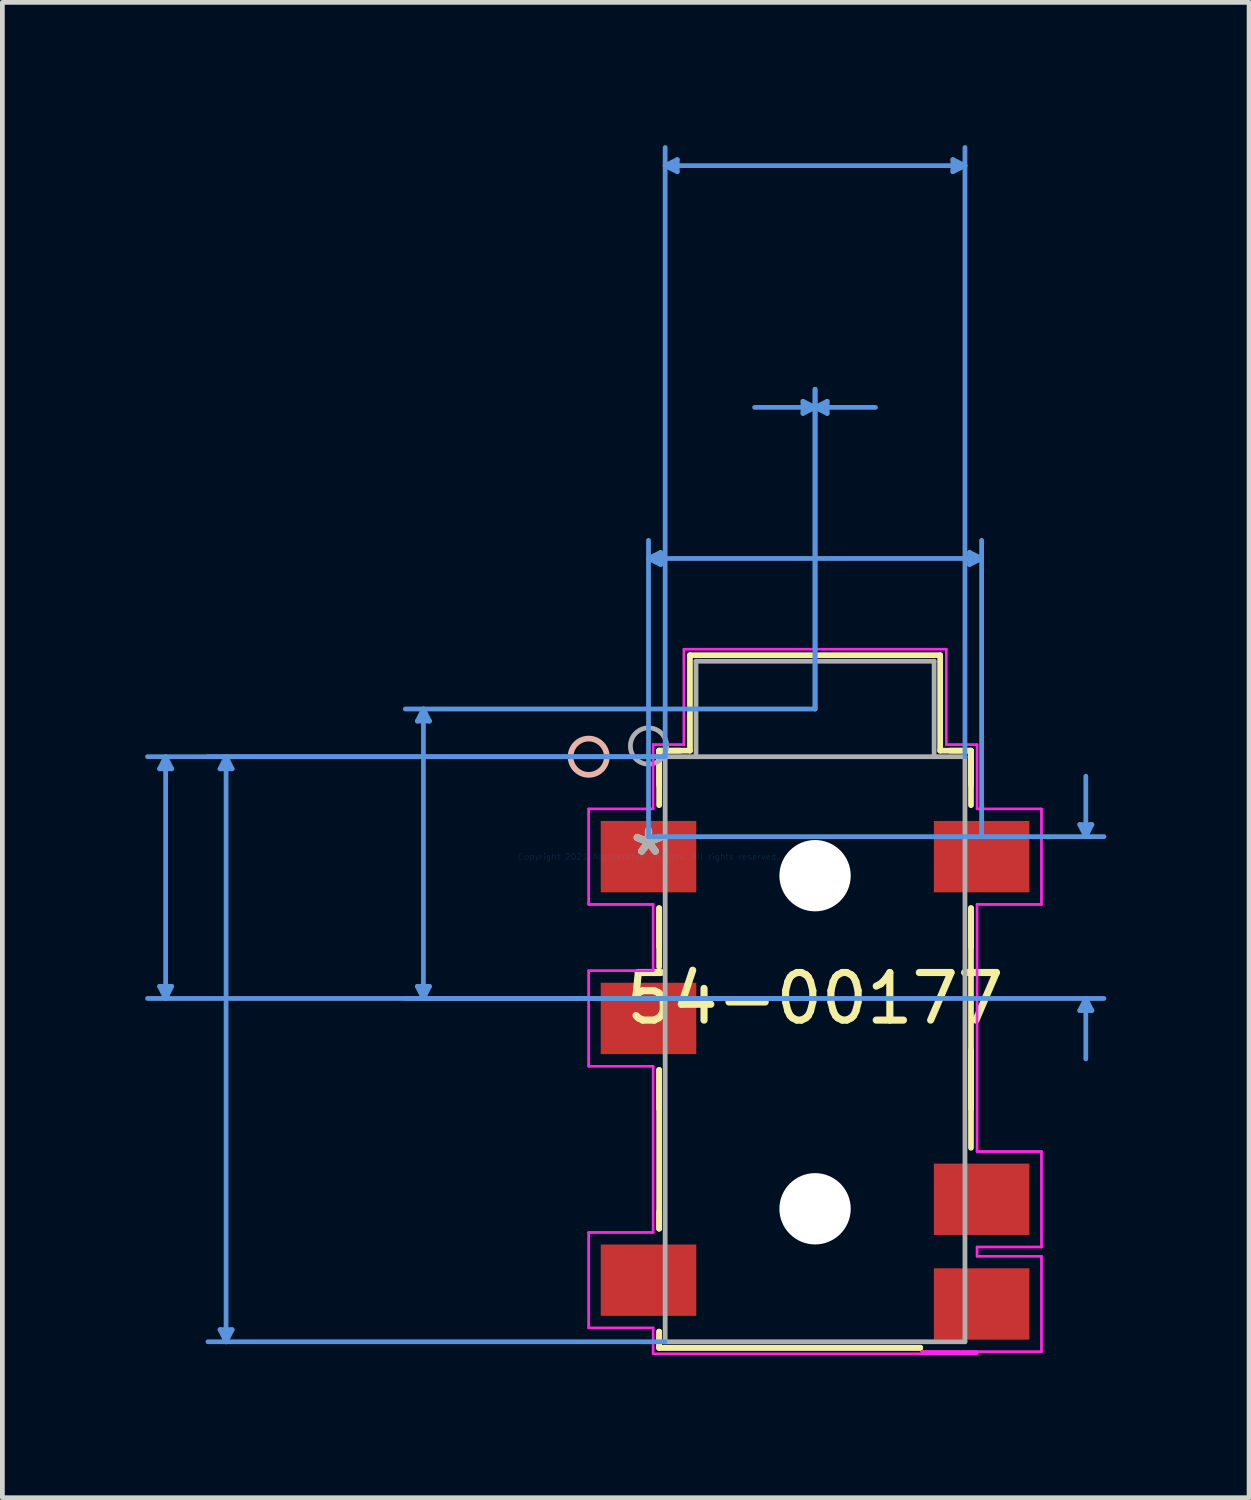
<source format=kicad_pcb>
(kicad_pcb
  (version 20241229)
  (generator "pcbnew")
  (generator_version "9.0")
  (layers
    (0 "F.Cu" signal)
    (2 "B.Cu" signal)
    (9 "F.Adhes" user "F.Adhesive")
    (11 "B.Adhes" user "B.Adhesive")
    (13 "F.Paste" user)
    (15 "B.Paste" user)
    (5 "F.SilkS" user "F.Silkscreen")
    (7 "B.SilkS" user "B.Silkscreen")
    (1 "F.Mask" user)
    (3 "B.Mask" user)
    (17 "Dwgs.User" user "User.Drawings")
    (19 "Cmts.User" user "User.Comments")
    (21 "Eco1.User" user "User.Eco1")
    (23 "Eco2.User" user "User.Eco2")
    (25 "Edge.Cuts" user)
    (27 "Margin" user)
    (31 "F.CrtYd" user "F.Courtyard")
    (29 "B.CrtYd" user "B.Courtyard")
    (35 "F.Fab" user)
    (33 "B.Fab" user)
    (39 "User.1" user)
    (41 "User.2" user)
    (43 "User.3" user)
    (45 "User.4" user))
  (footprint "54-00177"
    (layer "F.Cu")
    (at 10.578 14.952)
    (property "Reference" "54-00177" (at 3.5 2.98 0) (layer "F.SilkS") (effects (font (size 1 1) (thickness 0.15))))
    (attr through_hole)
    (fp_line (start 0.223 -2.227) (end 0.223 -1.502) (stroke (width 0.12) (type solid)) (layer "F.SilkS"))
    (fp_line (start 0.223 -2.227) (end 0.871 -2.227) (stroke (width 0.12) (type solid)) (layer "F.SilkS"))
    (fp_line (start 0.223 -1.082) (end 0.223 -2.227) (stroke (width 0.12) (type solid)) (layer "F.SilkS"))
    (fp_line (start 0.223 1.082) (end 0.223 1.898) (stroke (width 0.12) (type solid)) (layer "F.SilkS"))
    (fp_line (start 0.223 2.318) (end 0.223 1.082) (stroke (width 0.12) (type solid)) (layer "F.SilkS"))
    (fp_line (start 0.223 4.482) (end 0.223 5.298) (stroke (width 0.12) (type solid)) (layer "F.SilkS"))
    (fp_line (start 0.223 7.462) (end 0.223 7.818) (stroke (width 0.12) (type solid)) (layer "F.SilkS"))
    (fp_line (start 0.223 7.818) (end 0.223 4.482) (stroke (width 0.12) (type solid)) (layer "F.SilkS"))
    (fp_line (start 0.223 9.982) (end 0.223 10.321) (stroke (width 0.12) (type solid)) (layer "F.SilkS"))
    (fp_line (start 0.223 10.321) (end 0.223 9.982) (stroke (width 0.12) (type solid)) (layer "F.SilkS"))
    (fp_line (start 0.223 10.321) (end 5.711 10.321) (stroke (width 0.12) (type solid)) (layer "F.SilkS"))
    (fp_line (start 0.665 -2.227) (end 0.223 -2.227) (stroke (width 0.12) (type solid)) (layer "F.SilkS"))
    (fp_line (start 0.871 -4.234) (end 6.129 -4.234) (stroke (width 0.12) (type solid)) (layer "F.SilkS"))
    (fp_line (start 0.871 -2.227) (end 0.871 -4.234) (stroke (width 0.12) (type solid)) (layer "F.SilkS"))
    (fp_line (start 5.711 10.321) (end 0.223 10.321) (stroke (width 0.12) (type solid)) (layer "F.SilkS"))
    (fp_line (start 6.129 -4.234) (end 6.129 -2.227) (stroke (width 0.12) (type solid)) (layer "F.SilkS"))
    (fp_line (start 6.129 -2.227) (end 6.777 -2.227) (stroke (width 0.12) (type solid)) (layer "F.SilkS"))
    (fp_line (start 6.777 -2.227) (end 6.335 -2.227) (stroke (width 0.12) (type solid)) (layer "F.SilkS"))
    (fp_line (start 6.777 -2.227) (end 6.777 -1.082) (stroke (width 0.12) (type solid)) (layer "F.SilkS"))
    (fp_line (start 6.777 -1.502) (end 6.777 -2.227) (stroke (width 0.12) (type solid)) (layer "F.SilkS"))
    (fp_line (start 6.777 1.082) (end 6.777 6.118) (stroke (width 0.12) (type solid)) (layer "F.SilkS"))
    (fp_line (start 6.777 1.898) (end 6.777 1.082) (stroke (width 0.12) (type solid)) (layer "F.SilkS"))
    (fp_line (start 6.777 5.298) (end 6.777 4.062) (stroke (width 0.12) (type solid)) (layer "F.SilkS"))
    (fp_circle (center -1.257 -2.1) (end -0.876 -2.1) (stroke (width 0.12) (type solid)) (fill no) (layer "B.SilkS"))
    (fp_line (start -10.274 -1.846) (end -10.02 -1.846) (stroke (width 0.1) (type solid)) (layer "Cmts.User"))
    (fp_line (start -10.274 2.726) (end -10.02 2.726) (stroke (width 0.1) (type solid)) (layer "Cmts.User"))
    (fp_line (start -10.147 -2.1) (end -10.274 -1.846) (stroke (width 0.1) (type solid)) (layer "Cmts.User"))
    (fp_line (start -10.147 -2.1) (end -10.147 2.98) (stroke (width 0.1) (type solid)) (layer "Cmts.User"))
    (fp_line (start -10.147 -2.1) (end -10.02 -1.846) (stroke (width 0.1) (type solid)) (layer "Cmts.User"))
    (fp_line (start -10.147 2.98) (end -10.274 2.726) (stroke (width 0.1) (type solid)) (layer "Cmts.User"))
    (fp_line (start -10.147 2.98) (end -10.02 2.726) (stroke (width 0.1) (type solid)) (layer "Cmts.User"))
    (fp_line (start -9.004 -1.846) (end -8.75 -1.846) (stroke (width 0.1) (type solid)) (layer "Cmts.User"))
    (fp_line (start -9.004 9.94) (end -8.75 9.94) (stroke (width 0.1) (type solid)) (layer "Cmts.User"))
    (fp_line (start -8.877 -2.1) (end -9.004 -1.846) (stroke (width 0.1) (type solid)) (layer "Cmts.User"))
    (fp_line (start -8.877 -2.1) (end -8.877 10.194) (stroke (width 0.1) (type solid)) (layer "Cmts.User"))
    (fp_line (start -8.877 -2.1) (end -8.75 -1.846) (stroke (width 0.1) (type solid)) (layer "Cmts.User"))
    (fp_line (start -8.877 10.194) (end -9.004 9.94) (stroke (width 0.1) (type solid)) (layer "Cmts.User"))
    (fp_line (start -8.877 10.194) (end -8.75 9.94) (stroke (width 0.1) (type solid)) (layer "Cmts.User"))
    (fp_line (start -4.857 -2.849) (end -4.603 -2.849) (stroke (width 0.1) (type solid)) (layer "Cmts.User"))
    (fp_line (start -4.857 2.726) (end -4.603 2.726) (stroke (width 0.1) (type solid)) (layer "Cmts.User"))
    (fp_line (start -4.73 -3.103) (end -4.857 -2.849) (stroke (width 0.1) (type solid)) (layer "Cmts.User"))
    (fp_line (start -4.73 -3.103) (end -4.73 2.98) (stroke (width 0.1) (type solid)) (layer "Cmts.User"))
    (fp_line (start -4.73 -3.103) (end -4.603 -2.849) (stroke (width 0.1) (type solid)) (layer "Cmts.User"))
    (fp_line (start -4.73 2.98) (end -4.857 2.726) (stroke (width 0.1) (type solid)) (layer "Cmts.User"))
    (fp_line (start -4.73 2.98) (end -4.603 2.726) (stroke (width 0.1) (type solid)) (layer "Cmts.User"))
    (fp_line (start 0 -6.266) (end 0.254 -6.393) (stroke (width 0.1) (type solid)) (layer "Cmts.User"))
    (fp_line (start 0 -6.266) (end 0.254 -6.139) (stroke (width 0.1) (type solid)) (layer "Cmts.User"))
    (fp_line (start 0 -6.266) (end 7 -6.266) (stroke (width 0.1) (type solid)) (layer "Cmts.User"))
    (fp_line (start 0 -0.42) (end 0 -6.647) (stroke (width 0.1) (type solid)) (layer "Cmts.User"))
    (fp_line (start 0 -0.42) (end 9.571 -0.42) (stroke (width 0.1) (type solid)) (layer "Cmts.User"))
    (fp_line (start 0 2.98) (end 9.571 2.98) (stroke (width 0.1) (type solid)) (layer "Cmts.User"))
    (fp_line (start 0.254 -6.393) (end 0.254 -6.139) (stroke (width 0.1) (type solid)) (layer "Cmts.User"))
    (fp_line (start 0.35 -14.521) (end 0.604 -14.648) (stroke (width 0.1) (type solid)) (layer "Cmts.User"))
    (fp_line (start 0.35 -14.521) (end 0.604 -14.394) (stroke (width 0.1) (type solid)) (layer "Cmts.User"))
    (fp_line (start 0.35 -14.521) (end 6.65 -14.521) (stroke (width 0.1) (type solid)) (layer "Cmts.User"))
    (fp_line (start 0.35 -2.1) (end -10.528 -2.1) (stroke (width 0.1) (type solid)) (layer "Cmts.User"))
    (fp_line (start 0.35 -2.1) (end -9.258 -2.1) (stroke (width 0.1) (type solid)) (layer "Cmts.User"))
    (fp_line (start 0.35 -2.1) (end 0.35 -14.902) (stroke (width 0.1) (type solid)) (layer "Cmts.User"))
    (fp_line (start 0.35 10.194) (end -9.258 10.194) (stroke (width 0.1) (type solid)) (layer "Cmts.User"))
    (fp_line (start 0.604 -14.648) (end 0.604 -14.394) (stroke (width 0.1) (type solid)) (layer "Cmts.User"))
    (fp_line (start 3.246 -9.568) (end 3.246 -9.314) (stroke (width 0.1) (type solid)) (layer "Cmts.User"))
    (fp_line (start 3.5 -9.441) (end 2.23 -9.441) (stroke (width 0.1) (type solid)) (layer "Cmts.User"))
    (fp_line (start 3.5 -9.441) (end 3.246 -9.568) (stroke (width 0.1) (type solid)) (layer "Cmts.User"))
    (fp_line (start 3.5 -9.441) (end 3.246 -9.314) (stroke (width 0.1) (type solid)) (layer "Cmts.User"))
    (fp_line (start 3.5 -9.441) (end 3.754 -9.568) (stroke (width 0.1) (type solid)) (layer "Cmts.User"))
    (fp_line (start 3.5 -9.441) (end 3.754 -9.314) (stroke (width 0.1) (type solid)) (layer "Cmts.User"))
    (fp_line (start 3.5 -9.441) (end 4.77 -9.441) (stroke (width 0.1) (type solid)) (layer "Cmts.User"))
    (fp_line (start 3.5 -3.103) (end -5.111 -3.103) (stroke (width 0.1) (type solid)) (layer "Cmts.User"))
    (fp_line (start 3.5 -3.103) (end 3.5 -9.822) (stroke (width 0.1) (type solid)) (layer "Cmts.User"))
    (fp_line (start 3.5 -3.103) (end 3.5 -9.822) (stroke (width 0.1) (type solid)) (layer "Cmts.User"))
    (fp_line (start 3.5 2.98) (end -10.528 2.98) (stroke (width 0.1) (type solid)) (layer "Cmts.User"))
    (fp_line (start 3.5 2.98) (end -5.111 2.98) (stroke (width 0.1) (type solid)) (layer "Cmts.User"))
    (fp_line (start 3.754 -9.568) (end 3.754 -9.314) (stroke (width 0.1) (type solid)) (layer "Cmts.User"))
    (fp_line (start 6.396 -14.648) (end 6.396 -14.394) (stroke (width 0.1) (type solid)) (layer "Cmts.User"))
    (fp_line (start 6.65 -14.521) (end 6.396 -14.648) (stroke (width 0.1) (type solid)) (layer "Cmts.User"))
    (fp_line (start 6.65 -14.521) (end 6.396 -14.394) (stroke (width 0.1) (type solid)) (layer "Cmts.User"))
    (fp_line (start 6.65 -2.1) (end 6.65 -14.902) (stroke (width 0.1) (type solid)) (layer "Cmts.User"))
    (fp_line (start 6.746 -6.393) (end 6.746 -6.139) (stroke (width 0.1) (type solid)) (layer "Cmts.User"))
    (fp_line (start 7 -6.266) (end 6.746 -6.393) (stroke (width 0.1) (type solid)) (layer "Cmts.User"))
    (fp_line (start 7 -6.266) (end 6.746 -6.139) (stroke (width 0.1) (type solid)) (layer "Cmts.User"))
    (fp_line (start 7 -0.42) (end 7 -6.647) (stroke (width 0.1) (type solid)) (layer "Cmts.User"))
    (fp_line (start 9.063 -0.674) (end 9.317 -0.674) (stroke (width 0.1) (type solid)) (layer "Cmts.User"))
    (fp_line (start 9.063 3.234) (end 9.317 3.234) (stroke (width 0.1) (type solid)) (layer "Cmts.User"))
    (fp_line (start 9.19 -0.42) (end 9.063 -0.674) (stroke (width 0.1) (type solid)) (layer "Cmts.User"))
    (fp_line (start 9.19 -0.42) (end 9.19 -1.69) (stroke (width 0.1) (type solid)) (layer "Cmts.User"))
    (fp_line (start 9.19 -0.42) (end 9.317 -0.674) (stroke (width 0.1) (type solid)) (layer "Cmts.User"))
    (fp_line (start 9.19 2.98) (end 9.063 3.234) (stroke (width 0.1) (type solid)) (layer "Cmts.User"))
    (fp_line (start 9.19 2.98) (end 9.19 4.25) (stroke (width 0.1) (type solid)) (layer "Cmts.User"))
    (fp_line (start 9.19 2.98) (end 9.317 3.234) (stroke (width 0.1) (type solid)) (layer "Cmts.User"))
    (fp_line (start -1.257 -1.003) (end -1.257 1.003) (stroke (width 0.05) (type solid)) (layer "F.CrtYd"))
    (fp_line (start -1.257 -1.003) (end -1.257 1.003) (stroke (width 0.05) (type solid)) (layer "F.CrtYd"))
    (fp_line (start -1.257 1.003) (end 0.096 1.003) (stroke (width 0.05) (type solid)) (layer "F.CrtYd"))
    (fp_line (start -1.257 1.003) (end 0.096 1.003) (stroke (width 0.05) (type solid)) (layer "F.CrtYd"))
    (fp_line (start -1.257 2.397) (end -1.257 4.403) (stroke (width 0.05) (type solid)) (layer "F.CrtYd"))
    (fp_line (start -1.257 2.397) (end -1.257 4.403) (stroke (width 0.05) (type solid)) (layer "F.CrtYd"))
    (fp_line (start -1.257 4.403) (end 0.096 4.403) (stroke (width 0.05) (type solid)) (layer "F.CrtYd"))
    (fp_line (start -1.257 4.403) (end 0.096 4.403) (stroke (width 0.05) (type solid)) (layer "F.CrtYd"))
    (fp_line (start -1.257 7.897) (end -1.257 9.903) (stroke (width 0.05) (type solid)) (layer "F.CrtYd"))
    (fp_line (start -1.257 7.897) (end -1.257 9.903) (stroke (width 0.05) (type solid)) (layer "F.CrtYd"))
    (fp_line (start -1.257 9.903) (end 0.096 9.903) (stroke (width 0.05) (type solid)) (layer "F.CrtYd"))
    (fp_line (start -1.257 9.903) (end 0.096 9.903) (stroke (width 0.05) (type solid)) (layer "F.CrtYd"))
    (fp_line (start 0.096 -2.354) (end 0.096 -1.003) (stroke (width 0.05) (type solid)) (layer "F.CrtYd"))
    (fp_line (start 0.096 -2.354) (end 0.096 -1.003) (stroke (width 0.05) (type solid)) (layer "F.CrtYd"))
    (fp_line (start 0.096 -1.003) (end -1.257 -1.003) (stroke (width 0.05) (type solid)) (layer "F.CrtYd"))
    (fp_line (start 0.096 -1.003) (end -1.257 -1.003) (stroke (width 0.05) (type solid)) (layer "F.CrtYd"))
    (fp_line (start 0.096 1.003) (end 0.096 2.397) (stroke (width 0.05) (type solid)) (layer "F.CrtYd"))
    (fp_line (start 0.096 1.003) (end 0.096 2.397) (stroke (width 0.05) (type solid)) (layer "F.CrtYd"))
    (fp_line (start 0.096 2.397) (end -1.257 2.397) (stroke (width 0.05) (type solid)) (layer "F.CrtYd"))
    (fp_line (start 0.096 2.397) (end -1.257 2.397) (stroke (width 0.05) (type solid)) (layer "F.CrtYd"))
    (fp_line (start 0.096 4.403) (end 0.096 7.897) (stroke (width 0.05) (type solid)) (layer "F.CrtYd"))
    (fp_line (start 0.096 4.403) (end 0.096 7.897) (stroke (width 0.05) (type solid)) (layer "F.CrtYd"))
    (fp_line (start 0.096 7.897) (end -1.257 7.897) (stroke (width 0.05) (type solid)) (layer "F.CrtYd"))
    (fp_line (start 0.096 7.897) (end -1.257 7.897) (stroke (width 0.05) (type solid)) (layer "F.CrtYd"))
    (fp_line (start 0.096 9.903) (end 0.096 10.448) (stroke (width 0.05) (type solid)) (layer "F.CrtYd"))
    (fp_line (start 0.096 9.903) (end 0.096 10.448) (stroke (width 0.05) (type solid)) (layer "F.CrtYd"))
    (fp_line (start 0.096 10.448) (end 6.904 10.448) (stroke (width 0.05) (type solid)) (layer "F.CrtYd"))
    (fp_line (start 0.096 10.448) (end 6.904 10.448) (stroke (width 0.05) (type solid)) (layer "F.CrtYd"))
    (fp_line (start 0.744 -4.361) (end 0.744 -2.354) (stroke (width 0.05) (type solid)) (layer "F.CrtYd"))
    (fp_line (start 0.744 -4.361) (end 0.744 -2.354) (stroke (width 0.05) (type solid)) (layer "F.CrtYd"))
    (fp_line (start 0.744 -2.354) (end 0.096 -2.354) (stroke (width 0.05) (type solid)) (layer "F.CrtYd"))
    (fp_line (start 0.744 -2.354) (end 0.096 -2.354) (stroke (width 0.05) (type solid)) (layer "F.CrtYd"))
    (fp_line (start 5.743 10.403) (end 8.257 10.403) (stroke (width 0.05) (type solid)) (layer "F.CrtYd"))
    (fp_line (start 5.743 10.403) (end 8.257 10.403) (stroke (width 0.05) (type solid)) (layer "F.CrtYd"))
    (fp_line (start 6.256 -4.361) (end 0.744 -4.361) (stroke (width 0.05) (type solid)) (layer "F.CrtYd"))
    (fp_line (start 6.256 -4.361) (end 0.744 -4.361) (stroke (width 0.05) (type solid)) (layer "F.CrtYd"))
    (fp_line (start 6.256 -2.354) (end 6.256 -4.361) (stroke (width 0.05) (type solid)) (layer "F.CrtYd"))
    (fp_line (start 6.256 -2.354) (end 6.256 -4.361) (stroke (width 0.05) (type solid)) (layer "F.CrtYd"))
    (fp_line (start 6.904 -2.354) (end 6.256 -2.354) (stroke (width 0.05) (type solid)) (layer "F.CrtYd"))
    (fp_line (start 6.904 -2.354) (end 6.256 -2.354) (stroke (width 0.05) (type solid)) (layer "F.CrtYd"))
    (fp_line (start 6.904 -1.003) (end 6.904 -2.354) (stroke (width 0.05) (type solid)) (layer "F.CrtYd"))
    (fp_line (start 6.904 -1.003) (end 6.904 -2.354) (stroke (width 0.05) (type solid)) (layer "F.CrtYd"))
    (fp_line (start 6.904 1.003) (end 8.257 1.003) (stroke (width 0.05) (type solid)) (layer "F.CrtYd"))
    (fp_line (start 6.904 1.003) (end 8.257 1.003) (stroke (width 0.05) (type solid)) (layer "F.CrtYd"))
    (fp_line (start 6.904 6.197) (end 6.904 1.003) (stroke (width 0.05) (type solid)) (layer "F.CrtYd"))
    (fp_line (start 6.904 6.197) (end 6.904 1.003) (stroke (width 0.05) (type solid)) (layer "F.CrtYd"))
    (fp_line (start 6.904 8.203) (end 8.257 8.203) (stroke (width 0.05) (type solid)) (layer "F.CrtYd"))
    (fp_line (start 6.904 8.203) (end 8.257 8.203) (stroke (width 0.05) (type solid)) (layer "F.CrtYd"))
    (fp_line (start 6.904 8.397) (end 6.904 8.203) (stroke (width 0.05) (type solid)) (layer "F.CrtYd"))
    (fp_line (start 6.904 8.397) (end 6.904 8.203) (stroke (width 0.05) (type solid)) (layer "F.CrtYd"))
    (fp_line (start 6.904 10.403) (end 5.743 10.403) (stroke (width 0.05) (type solid)) (layer "F.CrtYd"))
    (fp_line (start 6.904 10.403) (end 5.743 10.403) (stroke (width 0.05) (type solid)) (layer "F.CrtYd"))
    (fp_line (start 6.904 10.448) (end 6.904 10.403) (stroke (width 0.05) (type solid)) (layer "F.CrtYd"))
    (fp_line (start 6.904 10.448) (end 6.904 10.403) (stroke (width 0.05) (type solid)) (layer "F.CrtYd"))
    (fp_line (start 8.257 -1.003) (end 6.904 -1.003) (stroke (width 0.05) (type solid)) (layer "F.CrtYd"))
    (fp_line (start 8.257 -1.003) (end 6.904 -1.003) (stroke (width 0.05) (type solid)) (layer "F.CrtYd"))
    (fp_line (start 8.257 1.003) (end 8.257 -1.003) (stroke (width 0.05) (type solid)) (layer "F.CrtYd"))
    (fp_line (start 8.257 1.003) (end 8.257 -1.003) (stroke (width 0.05) (type solid)) (layer "F.CrtYd"))
    (fp_line (start 8.257 6.197) (end 6.904 6.197) (stroke (width 0.05) (type solid)) (layer "F.CrtYd"))
    (fp_line (start 8.257 6.197) (end 6.904 6.197) (stroke (width 0.05) (type solid)) (layer "F.CrtYd"))
    (fp_line (start 8.257 8.203) (end 8.257 6.197) (stroke (width 0.05) (type solid)) (layer "F.CrtYd"))
    (fp_line (start 8.257 8.203) (end 8.257 6.197) (stroke (width 0.05) (type solid)) (layer "F.CrtYd"))
    (fp_line (start 8.257 8.397) (end 6.904 8.397) (stroke (width 0.05) (type solid)) (layer "F.CrtYd"))
    (fp_line (start 8.257 8.397) (end 6.904 8.397) (stroke (width 0.05) (type solid)) (layer "F.CrtYd"))
    (fp_line (start 8.257 10.403) (end 8.257 8.397) (stroke (width 0.05) (type solid)) (layer "F.CrtYd"))
    (fp_line (start 8.257 10.403) (end 8.257 8.397) (stroke (width 0.05) (type solid)) (layer "F.CrtYd"))
    (fp_line (start 0.35 -2.1) (end 0.35 10.194) (stroke (width 0.1) (type solid)) (layer "F.Fab"))
    (fp_line (start 0.35 10.194) (end 6.65 10.194) (stroke (width 0.1) (type solid)) (layer "F.Fab"))
    (fp_line (start 0.998 -4.107) (end 6.002 -4.107) (stroke (width 0.1) (type solid)) (layer "F.Fab"))
    (fp_line (start 0.998 -2.1) (end 0.998 -4.107) (stroke (width 0.1) (type solid)) (layer "F.Fab"))
    (fp_line (start 6.002 -4.107) (end 6.002 -2.1) (stroke (width 0.1) (type solid)) (layer "F.Fab"))
    (fp_line (start 6.65 -2.1) (end 0.35 -2.1) (stroke (width 0.1) (type solid)) (layer "F.Fab"))
    (fp_line (start 6.65 10.194) (end 6.65 -2.1) (stroke (width 0.1) (type solid)) (layer "F.Fab"))
    (fp_circle (center 0 -2.325) (end 0.381 -2.325) (stroke (width 0.1) (type solid)) (fill no) (layer "F.Fab"))
    (fp_text user "*" (at 0 0 0) (layer "F.SilkS") (effects (font (size 1 1) (thickness 0.15))))
    (fp_text user "Copyright 2021 Accelerated Designs. All rights reserved." (at 0 0 0) (layer "Cmts.User") (effects (font (size 0.127 0.127) (thickness 0.002))))
    (fp_text user "*" (at 0 0 0) (layer "F.Fab") (effects (font (size 1 1) (thickness 0.15))))
    (pad "" np_thru_hole circle (at 3.5 0.4) (size 1.499 1.499) (drill 1.499) (layers "*.Cu" "*.Mask"))
    (pad "" np_thru_hole circle (at 3.5 7.4) (size 1.499 1.499) (drill 1.499) (layers "*.Cu" "*.Mask"))
    (pad "1" smd rect (at 0 0) (size 2.007 1.499) (layers "F.Cu" "F.Mask" "F.Paste"))
    (pad "2" smd rect (at 7 0) (size 2.007 1.499) (layers "F.Cu" "F.Mask" "F.Paste"))
    (pad "3" smd rect (at 0 3.4) (size 2.007 1.499) (layers "F.Cu" "F.Mask" "F.Paste"))
    (pad "4" smd rect (at 7 7.2) (size 2.007 1.499) (layers "F.Cu" "F.Mask" "F.Paste"))
    (pad "5" smd rect (at 7 9.4) (size 2.007 1.499) (layers "F.Cu" "F.Mask" "F.Paste"))
    (pad "6" smd rect (at 0 8.9) (size 2.007 1.499) (layers "F.Cu" "F.Mask" "F.Paste")))
  (gr_rect
    (start -3 -3)
    (end 23.199 28.424)
    (stroke (width 0.1) (type default))
    (fill no)
    (layer "Edge.Cuts")))
</source>
